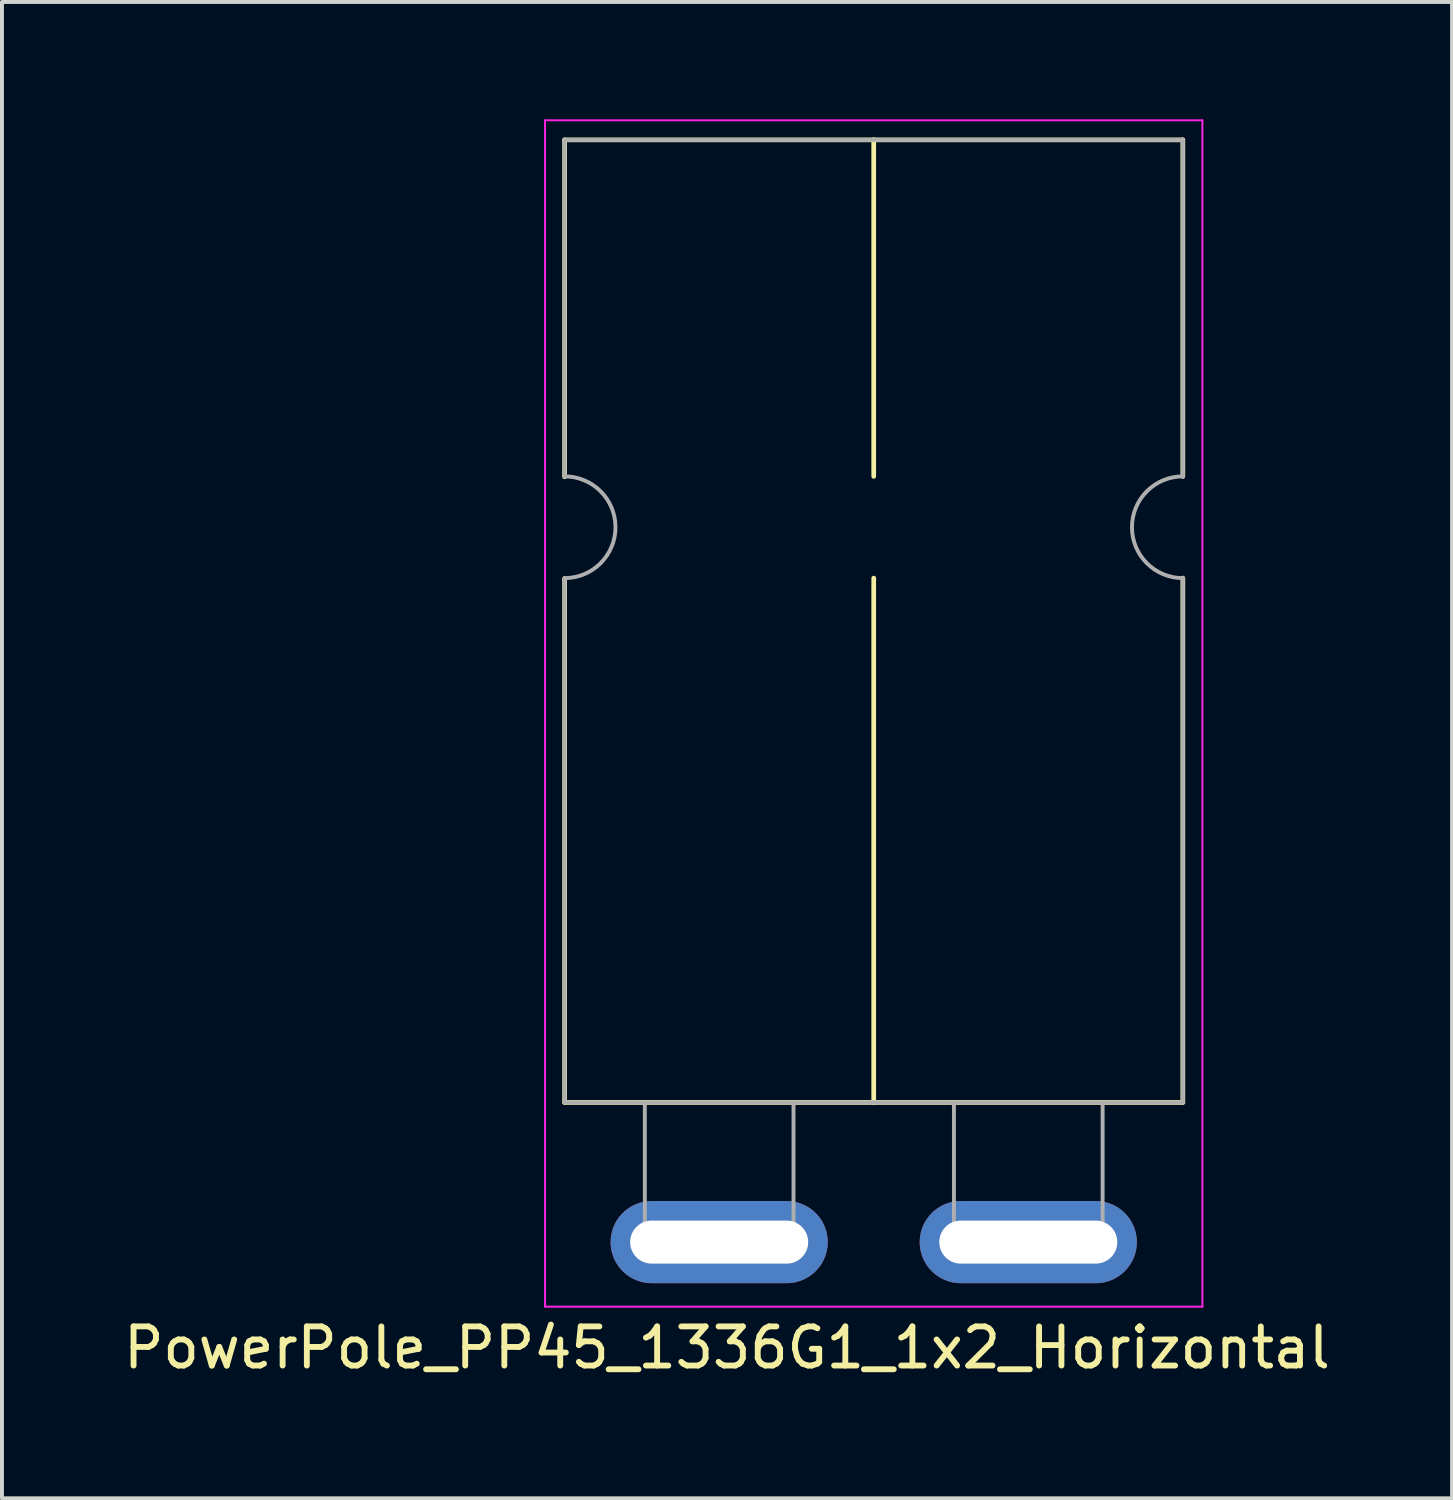
<source format=kicad_pcb>
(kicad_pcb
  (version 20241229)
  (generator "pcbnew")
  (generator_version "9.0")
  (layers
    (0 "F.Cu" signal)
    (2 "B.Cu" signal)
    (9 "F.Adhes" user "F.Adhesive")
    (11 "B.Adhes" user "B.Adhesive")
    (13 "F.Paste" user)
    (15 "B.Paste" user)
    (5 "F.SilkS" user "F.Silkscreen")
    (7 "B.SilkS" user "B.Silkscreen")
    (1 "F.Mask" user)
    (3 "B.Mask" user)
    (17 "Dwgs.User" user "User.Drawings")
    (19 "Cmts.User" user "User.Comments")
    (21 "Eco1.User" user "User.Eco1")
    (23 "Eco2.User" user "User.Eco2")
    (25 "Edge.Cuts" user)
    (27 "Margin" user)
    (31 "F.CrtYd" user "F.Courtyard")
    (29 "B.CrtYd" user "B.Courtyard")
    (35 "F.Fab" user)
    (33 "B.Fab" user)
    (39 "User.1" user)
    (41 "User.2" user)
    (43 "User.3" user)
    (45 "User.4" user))
  (footprint "PowerPole_PP45_1336G1_1x2_Horizontal"
    (layer "F.Cu")
    (at 15.33 28.695)
    (property "Reference" "PowerPole_PP45_1336G1_1x2_Horizontal" (at 0.2 2.7 0) (layer "F.SilkS") (effects (font (size 1 1) (thickness 0.15))))
    (attr through_hole)
    (fp_line (start -3.95 -28.17) (end 3.95 -28.17) (stroke (width 0.12) (type solid)) (layer "F.SilkS"))
    (fp_line (start -3.95 -19.56) (end -3.95 -28.17) (stroke (width 0.12) (type solid)) (layer "F.SilkS"))
    (fp_line (start -3.95 -3.57) (end -3.95 -16.96) (stroke (width 0.12) (type solid)) (layer "F.SilkS"))
    (fp_line (start -3.95 -3.57) (end 3.95 -3.57) (stroke (width 0.12) (type solid)) (layer "F.SilkS"))
    (fp_line (start 3.95 -28.17) (end 3.95 -19.57) (stroke (width 0.12) (type solid)) (layer "F.SilkS"))
    (fp_line (start 3.95 -28.17) (end 11.85 -28.17) (stroke (width 0.12) (type solid)) (layer "F.SilkS"))
    (fp_line (start 3.95 -16.97) (end 3.95 -3.57) (stroke (width 0.12) (type solid)) (layer "F.SilkS"))
    (fp_line (start 3.95 -3.57) (end 11.85 -3.57) (stroke (width 0.12) (type solid)) (layer "F.SilkS"))
    (fp_line (start 11.85 -28.17) (end 11.85 -19.57) (stroke (width 0.12) (type solid)) (layer "F.SilkS"))
    (fp_line (start 11.85 -16.97) (end 11.85 -3.57) (stroke (width 0.12) (type solid)) (layer "F.SilkS"))
    (fp_line (start -4.45 -28.67) (end 12.35 -28.67) (stroke (width 0.05) (type solid)) (layer "F.CrtYd"))
    (fp_line (start -4.45 1.65) (end -4.45 -28.67) (stroke (width 0.05) (type solid)) (layer "F.CrtYd"))
    (fp_line (start 12.35 -28.67) (end 12.35 1.65) (stroke (width 0.05) (type solid)) (layer "F.CrtYd"))
    (fp_line (start 12.35 1.65) (end -4.45 1.65) (stroke (width 0.05) (type solid)) (layer "F.CrtYd"))
    (fp_line (start -3.95 -28.17) (end 3.95 -28.17) (stroke (width 0.1) (type solid)) (layer "F.Fab"))
    (fp_line (start -3.95 -19.56) (end -3.95 -28.17) (stroke (width 0.1) (type solid)) (layer "F.Fab"))
    (fp_line (start -3.95 -3.57) (end -3.95 -16.96) (stroke (width 0.1) (type solid)) (layer "F.Fab"))
    (fp_line (start -3.95 -3.57) (end 3.95 -3.57) (stroke (width 0.1) (type solid)) (layer "F.Fab"))
    (fp_line (start -1.9 -3.57) (end -1.9 0) (stroke (width 0.1) (type solid)) (layer "F.Fab"))
    (fp_line (start 1.9 0) (end 1.9 -3.57) (stroke (width 0.1) (type solid)) (layer "F.Fab"))
    (fp_line (start 3.95 -28.17) (end 11.85 -28.17) (stroke (width 0.1) (type solid)) (layer "F.Fab"))
    (fp_line (start 3.95 -3.57) (end 11.85 -3.57) (stroke (width 0.1) (type solid)) (layer "F.Fab"))
    (fp_line (start 6 -3.57) (end 6 0) (stroke (width 0.1) (type solid)) (layer "F.Fab"))
    (fp_line (start 9.8 0) (end 9.8 -3.57) (stroke (width 0.1) (type solid)) (layer "F.Fab"))
    (fp_line (start 11.85 -28.17) (end 11.85 -19.57) (stroke (width 0.1) (type solid)) (layer "F.Fab"))
    (fp_line (start 11.85 -16.97) (end 11.85 -3.57) (stroke (width 0.1) (type solid)) (layer "F.Fab"))
    (fp_arc (start -3.95 -19.57) (mid -2.65 -18.27) (end -3.95 -16.97) (stroke (width 0.1) (type solid)) (layer "F.Fab"))
    (fp_arc (start 11.85 -16.97) (mid 10.55 -18.27) (end 11.85 -19.57) (stroke (width 0.1) (type solid)) (layer "F.Fab"))
    (pad "1" thru_hole oval (at 0 0) (size 5.55 2.1) (drill oval 4.55 1.1) (layers "*.Cu" "*.Mask"))
    (pad "2" thru_hole oval (at 7.9 0) (size 5.55 2.1) (drill oval 4.55 1.1) (layers "*.Cu" "*.Mask")))
  (gr_rect
    (start -3 -3)
    (end 34.06 35.243)
    (stroke (width 0.1) (type default))
    (fill no)
    (layer "Edge.Cuts")))
</source>
